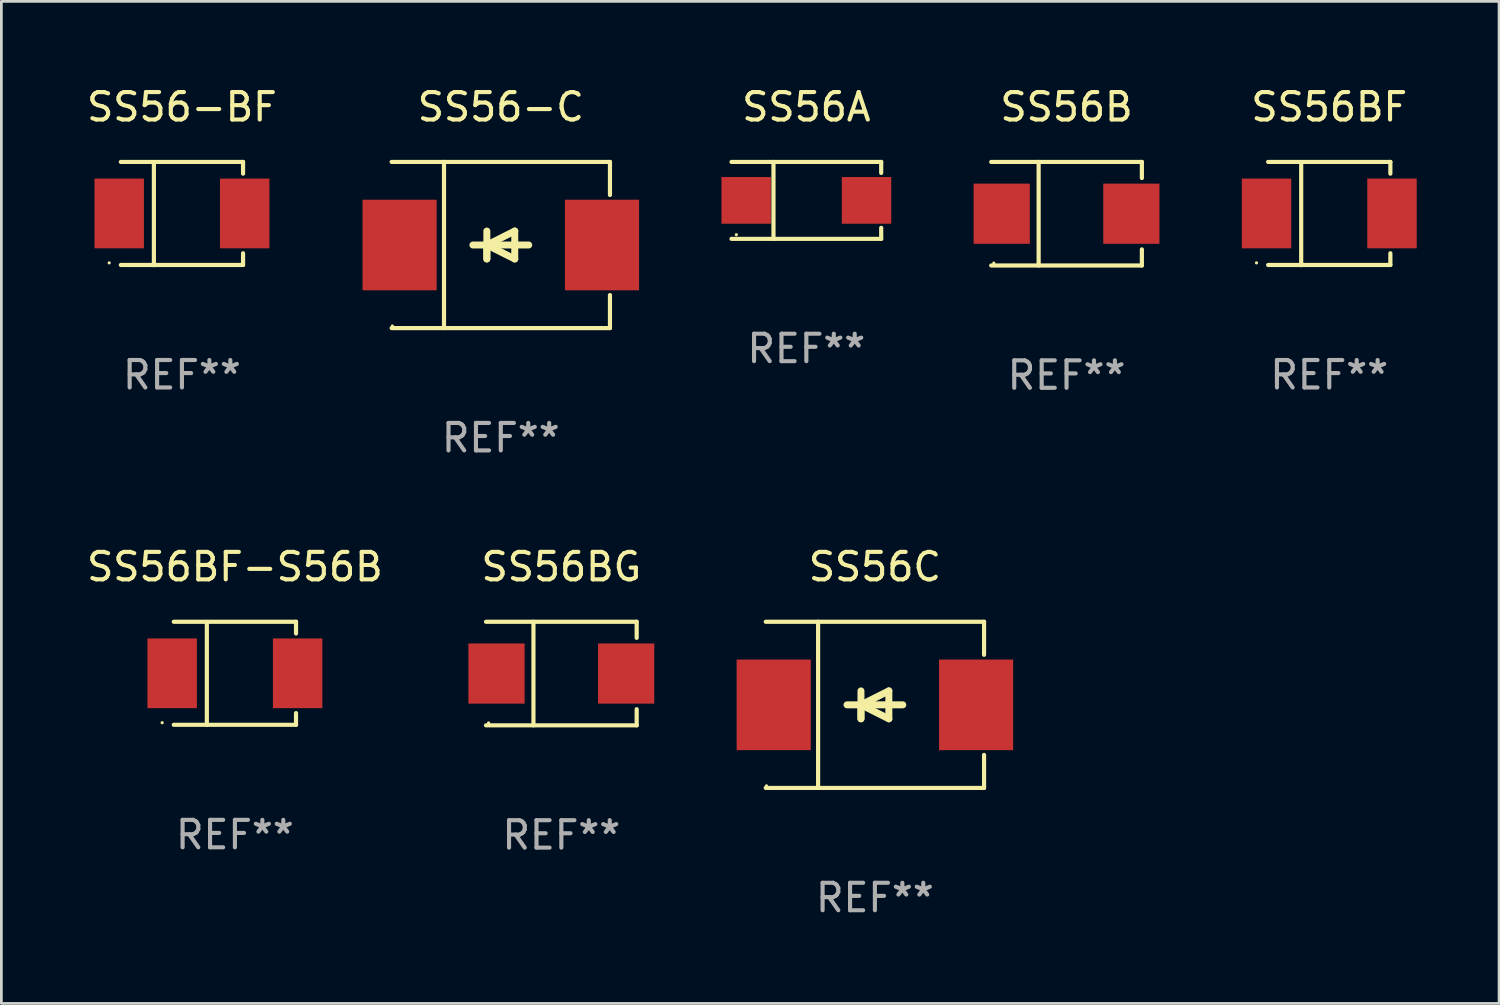
<source format=kicad_pcb>
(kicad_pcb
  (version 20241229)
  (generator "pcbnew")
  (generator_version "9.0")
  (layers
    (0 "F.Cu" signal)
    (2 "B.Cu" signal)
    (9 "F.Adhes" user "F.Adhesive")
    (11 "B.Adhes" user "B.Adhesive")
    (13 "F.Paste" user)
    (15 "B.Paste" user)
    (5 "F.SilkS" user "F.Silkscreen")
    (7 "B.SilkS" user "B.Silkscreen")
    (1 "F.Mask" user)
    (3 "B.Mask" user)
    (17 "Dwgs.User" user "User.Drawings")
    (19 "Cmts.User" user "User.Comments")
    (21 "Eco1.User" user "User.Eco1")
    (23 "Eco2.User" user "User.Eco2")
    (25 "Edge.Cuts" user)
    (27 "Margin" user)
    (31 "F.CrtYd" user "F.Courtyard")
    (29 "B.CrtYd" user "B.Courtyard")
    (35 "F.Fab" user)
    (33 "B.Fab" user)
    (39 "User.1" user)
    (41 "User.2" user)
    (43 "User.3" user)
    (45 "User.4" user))
  (footprint "SS56BF"
    (layer "F.Cu")
    (at 45.366 4.728)
    (property "Reference" "SS56BF" (at 0 -3.88 0) (layer "F.SilkS") (effects (font (size 1 1) (thickness 0.15))))
    (attr through_hole)
    (fp_line (start -2.226 -1.88) (end 2.226 -1.88) (stroke (width 0.152) (type solid)) (layer "F.SilkS"))
    (fp_line (start -2.226 1.873) (end 2.226 1.873) (stroke (width 0.152) (type solid)) (layer "F.SilkS"))
    (fp_line (start -1.022 -1.873) (end -1.022 1.88) (stroke (width 0.152) (type solid)) (layer "F.SilkS"))
    (fp_line (start 2.226 -1.88) (end 2.226 -1.453) (stroke (width 0.152) (type solid)) (layer "F.SilkS"))
    (fp_line (start 2.226 1.447) (end 2.226 1.873) (stroke (width 0.152) (type solid)) (layer "F.SilkS"))
    (fp_circle (center -2.65 1.797) (end -2.62 1.797) (stroke (width 0.06) (type solid)) (fill no) (layer "F.SilkS"))
    (fp_text user "REF**" (at 0 5.88 0) (layer "F.Fab") (effects (font (size 1 1) (thickness 0.15))))
    (pad "1" smd rect (at -2.285 -0.003) (size 1.8 2.54) (layers "F.Cu" "F.Mask" "F.Paste"))
    (pad "2" smd rect (at 2.285 -0.003) (size 1.8 2.54) (layers "F.Cu" "F.Mask" "F.Paste")))
  (footprint "SS56BG"
    (layer "F.Cu")
    (at 17.396 21.483)
    (property "Reference" "SS56BG" (at 0 -3.886 0) (layer "F.SilkS") (effects (font (size 1 1) (thickness 0.15))))
    (attr through_hole)
    (fp_line (start -2.744 -1.886) (end 2.744 -1.886) (stroke (width 0.152) (type solid)) (layer "F.SilkS"))
    (fp_line (start -2.744 1.886) (end 2.744 1.886) (stroke (width 0.152) (type solid)) (layer "F.SilkS"))
    (fp_line (start -1.016 -1.886) (end -1.016 1.886) (stroke (width 0.152) (type solid)) (layer "F.SilkS"))
    (fp_line (start 2.744 -1.886) (end 2.744 -1.299) (stroke (width 0.152) (type solid)) (layer "F.SilkS"))
    (fp_line (start 2.744 1.886) (end 2.744 1.299) (stroke (width 0.152) (type solid)) (layer "F.SilkS"))
    (fp_circle (center -2.65 1.8) (end -2.62 1.8) (stroke (width 0.06) (type solid)) (fill no) (layer "F.SilkS"))
    (fp_text user "REF**" (at 0 5.886 0) (layer "F.Fab") (effects (font (size 1 1) (thickness 0.15))))
    (pad "1" smd rect (at -2.361 0) (size 2.047 2.192) (layers "F.Cu" "F.Mask" "F.Paste"))
    (pad "2" smd rect (at 2.361 0) (size 2.047 2.192) (layers "F.Cu" "F.Mask" "F.Paste")))
  (footprint "SS56BF-S56B"
    (layer "F.Cu")
    (at 5.506 21.477)
    (property "Reference" "SS56BF-S56B" (at 0 -3.88 0) (layer "F.SilkS") (effects (font (size 1 1) (thickness 0.15))))
    (attr through_hole)
    (fp_line (start -2.226 -1.88) (end 2.226 -1.88) (stroke (width 0.152) (type solid)) (layer "F.SilkS"))
    (fp_line (start -2.226 1.873) (end 2.226 1.873) (stroke (width 0.152) (type solid)) (layer "F.SilkS"))
    (fp_line (start -1.022 -1.873) (end -1.022 1.88) (stroke (width 0.152) (type solid)) (layer "F.SilkS"))
    (fp_line (start 2.226 -1.88) (end 2.226 -1.453) (stroke (width 0.152) (type solid)) (layer "F.SilkS"))
    (fp_line (start 2.226 1.447) (end 2.226 1.873) (stroke (width 0.152) (type solid)) (layer "F.SilkS"))
    (fp_circle (center -2.65 1.797) (end -2.62 1.797) (stroke (width 0.06) (type solid)) (fill no) (layer "F.SilkS"))
    (fp_text user "REF**" (at 0 5.88 0) (layer "F.Fab") (effects (font (size 1 1) (thickness 0.15))))
    (pad "1" smd rect (at -2.285 -0.003) (size 1.8 2.54) (layers "F.Cu" "F.Mask" "F.Paste"))
    (pad "2" smd rect (at 2.285 -0.003) (size 1.8 2.54) (layers "F.Cu" "F.Mask" "F.Paste")))
  (footprint "SS56A"
    (layer "F.Cu")
    (at 26.32 4.249)
    (property "Reference" "SS56A" (at 0 -3.401 0) (layer "F.SilkS") (effects (font (size 1 1) (thickness 0.15))))
    (attr through_hole)
    (fp_line (start -2.726 -1.401) (end 2.726 -1.401) (stroke (width 0.152) (type solid)) (layer "F.SilkS"))
    (fp_line (start -2.726 1.401) (end 2.726 1.401) (stroke (width 0.152) (type solid)) (layer "F.SilkS"))
    (fp_line (start -1.197 -1.401) (end -1.197 1.401) (stroke (width 0.152) (type solid)) (layer "F.SilkS"))
    (fp_line (start 2.726 -1.401) (end 2.726 -1) (stroke (width 0.152) (type solid)) (layer "F.SilkS"))
    (fp_line (start 2.726 1.401) (end 2.726 1) (stroke (width 0.152) (type solid)) (layer "F.SilkS"))
    (fp_circle (center -2.55 1.25) (end -2.52 1.25) (stroke (width 0.06) (type solid)) (fill no) (layer "F.SilkS"))
    (fp_text user "REF**" (at 0 5.401 0) (layer "F.Fab") (effects (font (size 1 1) (thickness 0.15))))
    (pad "1" smd rect (at -2.192 0) (size 1.8 1.7) (layers "F.Cu" "F.Mask" "F.Paste"))
    (pad "2" smd rect (at 2.192 0) (size 1.8 1.7) (layers "F.Cu" "F.Mask" "F.Paste")))
  (footprint "SS56-C"
    (layer "F.Cu")
    (at 15.191 5.874)
    (property "Reference" "SS56-C" (at 0 -5.026 0) (layer "F.SilkS") (effects (font (size 1 1) (thickness 0.15))))
    (attr through_hole)
    (fp_line (start -3.976 -3.026) (end 3.976 -3.026) (stroke (width 0.152) (type solid)) (layer "F.SilkS"))
    (fp_line (start -3.976 3.026) (end 3.976 3.026) (stroke (width 0.152) (type solid)) (layer "F.SilkS"))
    (fp_line (start -2.069 -3.026) (end -2.069 3.026) (stroke (width 0.152) (type solid)) (layer "F.SilkS"))
    (fp_line (start -0.508 0) (end -0.508 0.508) (stroke (width 0.254) (type solid)) (layer "F.SilkS"))
    (fp_line (start -0.508 0) (end 0.508 0.508) (stroke (width 0.254) (type solid)) (layer "F.SilkS"))
    (fp_line (start -0.508 0.508) (end -0.508 -0.508) (stroke (width 0.254) (type solid)) (layer "F.SilkS"))
    (fp_line (start 0.508 -0.508) (end -0.508 0) (stroke (width 0.254) (type solid)) (layer "F.SilkS"))
    (fp_line (start 0.508 0.508) (end 0.508 -0.508) (stroke (width 0.254) (type solid)) (layer "F.SilkS"))
    (fp_line (start 1.016 0) (end -1.016 0) (stroke (width 0.254) (type solid)) (layer "F.SilkS"))
    (fp_line (start 3.976 -3.026) (end 3.976 -1.823) (stroke (width 0.152) (type solid)) (layer "F.SilkS"))
    (fp_line (start 3.976 3.026) (end 3.976 1.823) (stroke (width 0.152) (type solid)) (layer "F.SilkS"))
    (fp_circle (center -3.95 2.95) (end -3.92 2.95) (stroke (width 0.06) (type solid)) (fill no) (layer "F.SilkS"))
    (fp_text user "REF**" (at 0 7.026 0) (layer "F.Fab") (effects (font (size 1 1) (thickness 0.15))))
    (pad "1" smd rect (at -3.686 0) (size 2.7 3.3) (layers "F.Cu" "F.Mask" "F.Paste"))
    (pad "2" smd rect (at 3.686 0) (size 2.7 3.3) (layers "F.Cu" "F.Mask" "F.Paste")))
  (footprint "SS56C"
    (layer "F.Cu")
    (at 28.817 22.623)
    (property "Reference" "SS56C" (at 0 -5.026 0) (layer "F.SilkS") (effects (font (size 1 1) (thickness 0.15))))
    (attr through_hole)
    (fp_line (start -3.976 -3.026) (end 3.976 -3.026) (stroke (width 0.152) (type solid)) (layer "F.SilkS"))
    (fp_line (start -3.976 3.026) (end 3.976 3.026) (stroke (width 0.152) (type solid)) (layer "F.SilkS"))
    (fp_line (start -2.069 -3.026) (end -2.069 3.026) (stroke (width 0.152) (type solid)) (layer "F.SilkS"))
    (fp_line (start -0.508 0) (end -0.508 0.508) (stroke (width 0.254) (type solid)) (layer "F.SilkS"))
    (fp_line (start -0.508 0) (end 0.508 0.508) (stroke (width 0.254) (type solid)) (layer "F.SilkS"))
    (fp_line (start -0.508 0.508) (end -0.508 -0.508) (stroke (width 0.254) (type solid)) (layer "F.SilkS"))
    (fp_line (start 0.508 -0.508) (end -0.508 0) (stroke (width 0.254) (type solid)) (layer "F.SilkS"))
    (fp_line (start 0.508 0.508) (end 0.508 -0.508) (stroke (width 0.254) (type solid)) (layer "F.SilkS"))
    (fp_line (start 1.016 0) (end -1.016 0) (stroke (width 0.254) (type solid)) (layer "F.SilkS"))
    (fp_line (start 3.976 -3.026) (end 3.976 -1.823) (stroke (width 0.152) (type solid)) (layer "F.SilkS"))
    (fp_line (start 3.976 3.026) (end 3.976 1.823) (stroke (width 0.152) (type solid)) (layer "F.SilkS"))
    (fp_circle (center -3.95 2.95) (end -3.92 2.95) (stroke (width 0.06) (type solid)) (fill no) (layer "F.SilkS"))
    (fp_text user "REF**" (at 0 7.026 0) (layer "F.Fab") (effects (font (size 1 1) (thickness 0.15))))
    (pad "1" smd rect (at -3.686 0) (size 2.7 3.3) (layers "F.Cu" "F.Mask" "F.Paste"))
    (pad "2" smd rect (at 3.686 0) (size 2.7 3.3) (layers "F.Cu" "F.Mask" "F.Paste")))
  (footprint "SS56-BF"
    (layer "F.Cu")
    (at 3.577 4.728)
    (property "Reference" "SS56-BF" (at 0 -3.88 0) (layer "F.SilkS") (effects (font (size 1 1) (thickness 0.15))))
    (attr through_hole)
    (fp_line (start -2.226 -1.88) (end 2.226 -1.88) (stroke (width 0.152) (type solid)) (layer "F.SilkS"))
    (fp_line (start -2.226 1.873) (end 2.226 1.873) (stroke (width 0.152) (type solid)) (layer "F.SilkS"))
    (fp_line (start -1.022 -1.873) (end -1.022 1.88) (stroke (width 0.152) (type solid)) (layer "F.SilkS"))
    (fp_line (start 2.226 -1.88) (end 2.226 -1.453) (stroke (width 0.152) (type solid)) (layer "F.SilkS"))
    (fp_line (start 2.226 1.447) (end 2.226 1.873) (stroke (width 0.152) (type solid)) (layer "F.SilkS"))
    (fp_circle (center -2.65 1.797) (end -2.62 1.797) (stroke (width 0.06) (type solid)) (fill no) (layer "F.SilkS"))
    (fp_text user "REF**" (at 0 5.88 0) (layer "F.Fab") (effects (font (size 1 1) (thickness 0.15))))
    (pad "1" smd rect (at -2.285 -0.003) (size 1.8 2.54) (layers "F.Cu" "F.Mask" "F.Paste"))
    (pad "2" smd rect (at 2.285 -0.003) (size 1.8 2.54) (layers "F.Cu" "F.Mask" "F.Paste")))
  (footprint "SS56B"
    (layer "F.Cu")
    (at 35.797 4.734)
    (property "Reference" "SS56B" (at 0 -3.886 0) (layer "F.SilkS") (effects (font (size 1 1) (thickness 0.15))))
    (attr through_hole)
    (fp_line (start -2.744 -1.886) (end 2.744 -1.886) (stroke (width 0.152) (type solid)) (layer "F.SilkS"))
    (fp_line (start -2.744 1.886) (end 2.744 1.886) (stroke (width 0.152) (type solid)) (layer "F.SilkS"))
    (fp_line (start -1.016 -1.886) (end -1.016 1.886) (stroke (width 0.152) (type solid)) (layer "F.SilkS"))
    (fp_line (start 2.744 -1.886) (end 2.744 -1.299) (stroke (width 0.152) (type solid)) (layer "F.SilkS"))
    (fp_line (start 2.744 1.886) (end 2.744 1.299) (stroke (width 0.152) (type solid)) (layer "F.SilkS"))
    (fp_circle (center -2.65 1.8) (end -2.62 1.8) (stroke (width 0.06) (type solid)) (fill no) (layer "F.SilkS"))
    (fp_text user "REF**" (at 0 5.886 0) (layer "F.Fab") (effects (font (size 1 1) (thickness 0.15))))
    (pad "1" smd rect (at -2.361 0) (size 2.047 2.192) (layers "F.Cu" "F.Mask" "F.Paste"))
    (pad "2" smd rect (at 2.361 0) (size 2.047 2.192) (layers "F.Cu" "F.Mask" "F.Paste")))
  (gr_rect
    (start -3 -3)
    (end 51.551 33.498)
    (stroke (width 0.1) (type default))
    (fill no)
    (layer "Edge.Cuts")))
</source>
